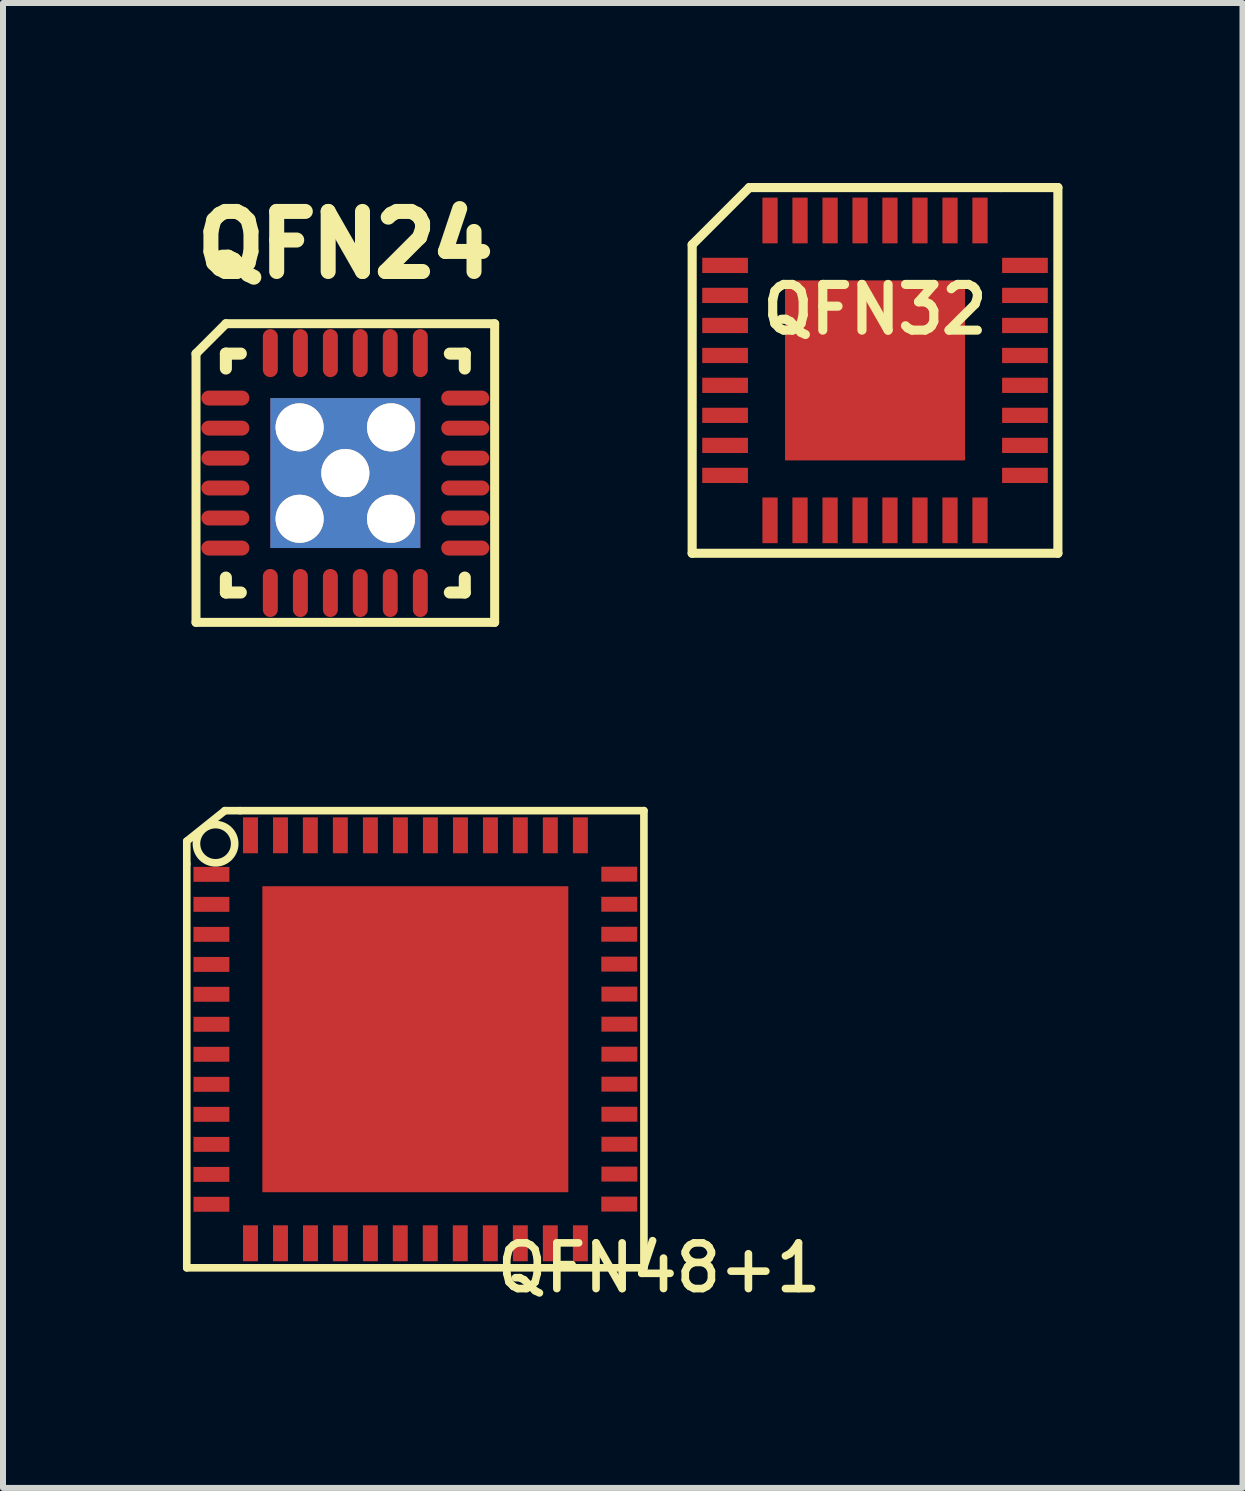
<source format=kicad_pcb>
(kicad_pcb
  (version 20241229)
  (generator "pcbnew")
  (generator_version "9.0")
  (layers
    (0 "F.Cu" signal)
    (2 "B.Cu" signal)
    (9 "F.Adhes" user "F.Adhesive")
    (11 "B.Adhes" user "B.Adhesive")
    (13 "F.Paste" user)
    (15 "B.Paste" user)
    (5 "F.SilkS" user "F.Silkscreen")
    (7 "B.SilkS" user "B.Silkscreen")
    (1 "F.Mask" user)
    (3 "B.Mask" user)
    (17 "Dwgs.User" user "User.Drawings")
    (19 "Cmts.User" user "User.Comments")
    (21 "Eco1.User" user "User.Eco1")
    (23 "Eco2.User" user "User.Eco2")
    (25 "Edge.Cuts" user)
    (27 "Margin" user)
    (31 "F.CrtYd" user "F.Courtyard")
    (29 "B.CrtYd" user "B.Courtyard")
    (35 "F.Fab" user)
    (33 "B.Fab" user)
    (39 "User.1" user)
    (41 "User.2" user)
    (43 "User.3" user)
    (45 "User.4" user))
  (footprint "QFN32"
    (layer "F.Cu")
    (at 11.535 3.124)
    (property "Reference" "QFN32" (at 0 -1.016 0) (layer "F.SilkS") (effects (font (size 0.762 0.762) (thickness 0.152))))
    (attr smd)
    (fp_line (start -3.048 -2.095) (end -2.095 -3.048) (stroke (width 0.152) (type solid)) (layer "F.SilkS"))
    (fp_line (start -3.048 3.048) (end -3.048 -2.095) (stroke (width 0.152) (type solid)) (layer "F.SilkS"))
    (fp_line (start -2.095 -3.048) (end 2.095 -3.048) (stroke (width 0.152) (type solid)) (layer "F.SilkS"))
    (fp_line (start 2.095 -3.048) (end 3.048 -3.048) (stroke (width 0.152) (type solid)) (layer "F.SilkS"))
    (fp_line (start 3.048 -3.048) (end 3.048 3.048) (stroke (width 0.152) (type solid)) (layer "F.SilkS"))
    (fp_line (start 3.048 3.048) (end -3.048 3.048) (stroke (width 0.152) (type solid)) (layer "F.SilkS"))
    (pad "1" smd rect (at -2.499 -1.75 90) (size 0.254 0.762) (layers "F.Cu" "F.Mask" "F.Paste"))
    (pad "2" smd rect (at -2.499 -1.25 90) (size 0.254 0.762) (layers "F.Cu" "F.Mask" "F.Paste"))
    (pad "3" smd rect (at -2.499 -0.749 90) (size 0.254 0.762) (layers "F.Cu" "F.Mask" "F.Paste"))
    (pad "4" smd rect (at -2.499 -0.249 90) (size 0.254 0.762) (layers "F.Cu" "F.Mask" "F.Paste"))
    (pad "5" smd rect (at -2.499 0.249 90) (size 0.254 0.762) (layers "F.Cu" "F.Mask" "F.Paste"))
    (pad "6" smd rect (at -2.499 0.749 90) (size 0.254 0.762) (layers "F.Cu" "F.Mask" "F.Paste"))
    (pad "7" smd rect (at -2.499 1.25 90) (size 0.254 0.762) (layers "F.Cu" "F.Mask" "F.Paste"))
    (pad "8" smd rect (at -2.499 1.75 90) (size 0.254 0.762) (layers "F.Cu" "F.Mask" "F.Paste"))
    (pad "9" smd rect (at -1.75 2.499) (size 0.254 0.762) (layers "F.Cu" "F.Mask" "F.Paste"))
    (pad "10" smd rect (at -1.25 2.499) (size 0.254 0.762) (layers "F.Cu" "F.Mask" "F.Paste"))
    (pad "11" smd rect (at -0.749 2.499) (size 0.254 0.762) (layers "F.Cu" "F.Mask" "F.Paste"))
    (pad "12" smd rect (at -0.249 2.499) (size 0.254 0.762) (layers "F.Cu" "F.Mask" "F.Paste"))
    (pad "13" smd rect (at 0.249 2.499) (size 0.254 0.762) (layers "F.Cu" "F.Mask" "F.Paste"))
    (pad "14" smd rect (at 0.749 2.499) (size 0.254 0.762) (layers "F.Cu" "F.Mask" "F.Paste"))
    (pad "15" smd rect (at 1.25 2.499) (size 0.254 0.762) (layers "F.Cu" "F.Mask" "F.Paste"))
    (pad "16" smd rect (at 1.75 2.499) (size 0.254 0.762) (layers "F.Cu" "F.Mask" "F.Paste"))
    (pad "17" smd rect (at 2.499 1.75 90) (size 0.254 0.762) (layers "F.Cu" "F.Mask" "F.Paste"))
    (pad "18" smd rect (at 2.499 1.25 90) (size 0.254 0.762) (layers "F.Cu" "F.Mask" "F.Paste"))
    (pad "19" smd rect (at 2.499 0.749 90) (size 0.254 0.762) (layers "F.Cu" "F.Mask" "F.Paste"))
    (pad "20" smd rect (at 2.499 0.249 90) (size 0.254 0.762) (layers "F.Cu" "F.Mask" "F.Paste"))
    (pad "21" smd rect (at 2.499 -0.249 90) (size 0.254 0.762) (layers "F.Cu" "F.Mask" "F.Paste"))
    (pad "22" smd rect (at 2.499 -0.749 90) (size 0.254 0.762) (layers "F.Cu" "F.Mask" "F.Paste"))
    (pad "23" smd rect (at 2.499 -1.25 90) (size 0.254 0.762) (layers "F.Cu" "F.Mask" "F.Paste"))
    (pad "24" smd rect (at 2.499 -1.75 90) (size 0.254 0.762) (layers "F.Cu" "F.Mask" "F.Paste"))
    (pad "25" smd rect (at 1.75 -2.499) (size 0.254 0.762) (layers "F.Cu" "F.Mask" "F.Paste"))
    (pad "26" smd rect (at 1.25 -2.499) (size 0.254 0.762) (layers "F.Cu" "F.Mask" "F.Paste"))
    (pad "27" smd rect (at 0.749 -2.499) (size 0.254 0.762) (layers "F.Cu" "F.Mask" "F.Paste"))
    (pad "28" smd rect (at 0.249 -2.499) (size 0.254 0.762) (layers "F.Cu" "F.Mask" "F.Paste"))
    (pad "29" smd rect (at -0.249 -2.499) (size 0.254 0.762) (layers "F.Cu" "F.Mask" "F.Paste"))
    (pad "30" smd rect (at -0.749 -2.499) (size 0.254 0.762) (layers "F.Cu" "F.Mask" "F.Paste"))
    (pad "31" smd rect (at -1.25 -2.499) (size 0.254 0.762) (layers "F.Cu" "F.Mask" "F.Paste"))
    (pad "32" smd rect (at -1.75 -2.499) (size 0.254 0.762) (layers "F.Cu" "F.Mask" "F.Paste"))
    (pad "33" smd rect (at 0 0) (size 3 3) (layers "F.Cu" "F.Mask" "F.Paste")))
  (footprint "QFN24"
    (layer "F.Cu")
    (at 2.706 4.835)
    (property "Reference" "QFN24" (at 0 -3.81 0) (layer "F.SilkS") (effects (font (size 1.001 1.001) (thickness 0.305))))
    (attr through_hole)
    (fp_line (start -2.489 -1.991) (end -2.489 2.489) (stroke (width 0.15) (type solid)) (layer "F.SilkS"))
    (fp_line (start -2.489 -1.991) (end -1.991 -2.489) (stroke (width 0.15) (type solid)) (layer "F.SilkS"))
    (fp_line (start -1.991 -2.489) (end 2.489 -2.489) (stroke (width 0.15) (type solid)) (layer "F.SilkS"))
    (fp_line (start -1.991 -1.991) (end -1.742 -1.991) (stroke (width 0.201) (type solid)) (layer "F.SilkS"))
    (fp_line (start -1.991 -1.742) (end -1.991 -1.991) (stroke (width 0.201) (type solid)) (layer "F.SilkS"))
    (fp_line (start -1.991 1.991) (end -1.991 1.742) (stroke (width 0.201) (type solid)) (layer "F.SilkS"))
    (fp_line (start -1.742 1.991) (end -1.991 1.991) (stroke (width 0.201) (type solid)) (layer "F.SilkS"))
    (fp_line (start 1.742 -1.991) (end 1.991 -1.991) (stroke (width 0.201) (type solid)) (layer "F.SilkS"))
    (fp_line (start 1.991 -1.991) (end 1.991 -1.742) (stroke (width 0.201) (type solid)) (layer "F.SilkS"))
    (fp_line (start 1.991 1.742) (end 1.991 1.991) (stroke (width 0.201) (type solid)) (layer "F.SilkS"))
    (fp_line (start 1.991 1.991) (end 1.742 1.991) (stroke (width 0.201) (type solid)) (layer "F.SilkS"))
    (fp_line (start 2.489 -2.489) (end 2.489 2.489) (stroke (width 0.15) (type solid)) (layer "F.SilkS"))
    (fp_line (start 2.489 2.489) (end -2.489 2.489) (stroke (width 0.15) (type solid)) (layer "F.SilkS"))
    (pad "" np_thru_hole circle (at -0.762 -0.762 270) (size 0.8 0.8) (drill 0.8) (layers "*.Cu" "*.SilkS" "*.Mask"))
    (pad "" np_thru_hole circle (at -0.762 0.762 270) (size 0.8 0.8) (drill 0.8) (layers "*.Cu" "*.SilkS" "*.Mask"))
    (pad "" np_thru_hole circle (at 0 0 270) (size 0.8 0.8) (drill 0.8) (layers "*.Cu" "*.SilkS" "*.Mask"))
    (pad "" smd rect (at 0 0 270) (size 2.499 2.499) (layers "*.Cu" "F.Mask" "F.Paste"))
    (pad "" np_thru_hole circle (at 0.762 -0.762 270) (size 0.8 0.8) (drill 0.8) (layers "*.Cu" "*.SilkS" "*.Mask"))
    (pad "" np_thru_hole circle (at 0.762 0.762 270) (size 0.8 0.8) (drill 0.8) (layers "*.Cu" "*.SilkS" "*.Mask"))
    (pad "1" smd oval (at -1.999 -1.25) (size 0.8 0.249) (layers "F.Cu" "F.Mask" "F.Paste"))
    (pad "2" smd oval (at -1.999 -0.749) (size 0.8 0.249) (layers "F.Cu" "F.Mask" "F.Paste"))
    (pad "3" smd oval (at -1.999 -0.249) (size 0.8 0.249) (layers "F.Cu" "F.Mask" "F.Paste"))
    (pad "4" smd oval (at -1.999 0.249) (size 0.8 0.249) (layers "F.Cu" "F.Mask" "F.Paste"))
    (pad "5" smd oval (at -1.999 0.749) (size 0.8 0.249) (layers "F.Cu" "F.Mask" "F.Paste"))
    (pad "6" smd oval (at -1.999 1.25) (size 0.8 0.249) (layers "F.Cu" "F.Mask" "F.Paste"))
    (pad "7" smd oval (at -1.25 1.999 90) (size 0.8 0.249) (layers "F.Cu" "F.Mask" "F.Paste"))
    (pad "8" smd oval (at -0.749 1.999 90) (size 0.8 0.249) (layers "F.Cu" "F.Mask" "F.Paste"))
    (pad "9" smd oval (at -0.249 1.999 90) (size 0.8 0.249) (layers "F.Cu" "F.Mask" "F.Paste"))
    (pad "10" smd oval (at 0.249 1.999 90) (size 0.8 0.249) (layers "F.Cu" "F.Mask" "F.Paste"))
    (pad "11" smd oval (at 0.749 1.999 90) (size 0.8 0.249) (layers "F.Cu" "F.Mask" "F.Paste"))
    (pad "12" smd oval (at 1.25 1.999 90) (size 0.8 0.249) (layers "F.Cu" "F.Mask" "F.Paste"))
    (pad "13" smd oval (at 1.999 1.25 180) (size 0.8 0.249) (layers "F.Cu" "F.Mask" "F.Paste"))
    (pad "14" smd oval (at 1.999 0.749 180) (size 0.8 0.249) (layers "F.Cu" "F.Mask" "F.Paste"))
    (pad "15" smd oval (at 1.999 0.249 180) (size 0.8 0.249) (layers "F.Cu" "F.Mask" "F.Paste"))
    (pad "16" smd oval (at 1.999 -0.249 180) (size 0.8 0.249) (layers "F.Cu" "F.Mask" "F.Paste"))
    (pad "17" smd oval (at 1.999 -0.749 180) (size 0.8 0.249) (layers "F.Cu" "F.Mask" "F.Paste"))
    (pad "18" smd oval (at 1.999 -1.25 180) (size 0.8 0.249) (layers "F.Cu" "F.Mask" "F.Paste"))
    (pad "19" smd oval (at 1.25 -1.999 270) (size 0.8 0.249) (layers "F.Cu" "F.Mask" "F.Paste"))
    (pad "20" smd oval (at 0.749 -1.999 270) (size 0.8 0.249) (layers "F.Cu" "F.Mask" "F.Paste"))
    (pad "21" smd oval (at 0.249 -1.999 270) (size 0.8 0.249) (layers "F.Cu" "F.Mask" "F.Paste"))
    (pad "22" smd oval (at -0.249 -1.999 270) (size 0.8 0.249) (layers "F.Cu" "F.Mask" "F.Paste"))
    (pad "23" smd oval (at -0.749 -1.999 270) (size 0.8 0.249) (layers "F.Cu" "F.Mask" "F.Paste"))
    (pad "24" smd oval (at -1.25 -1.999 270) (size 0.8 0.249) (layers "F.Cu" "F.Mask" "F.Paste")))
  (footprint "QFN48+1"
    (layer "F.Cu")
    (at 3.873 14.272)
    (property "Reference" "QFN48+1" (at 4.064 3.81 0) (layer "F.SilkS") (effects (font (size 0.762 0.762) (thickness 0.127))))
    (attr smd)
    (fp_line (start -3.81 -3.302) (end -3.81 -2.921) (stroke (width 0.127) (type solid)) (layer "F.SilkS"))
    (fp_line (start -3.81 3.81) (end -3.81 -2.921) (stroke (width 0.127) (type solid)) (layer "F.SilkS"))
    (fp_line (start -3.175 -3.81) (end -3.81 -3.302) (stroke (width 0.127) (type solid)) (layer "F.SilkS"))
    (fp_line (start -2.921 -3.81) (end -3.175 -3.81) (stroke (width 0.127) (type solid)) (layer "F.SilkS"))
    (fp_line (start -2.921 -3.81) (end 3.81 -3.81) (stroke (width 0.127) (type solid)) (layer "F.SilkS"))
    (fp_line (start 3.81 -3.81) (end 3.81 3.81) (stroke (width 0.127) (type solid)) (layer "F.SilkS"))
    (fp_line (start 3.81 3.81) (end -3.81 3.81) (stroke (width 0.127) (type solid)) (layer "F.SilkS"))
    (fp_circle (center -3.33 -3.259) (end -3.432 -3.561) (stroke (width 0.127) (type solid)) (fill no) (layer "F.SilkS"))
    (pad "1" smd rect (at -3.399 -2.748) (size 0.599 0.249) (layers "F.Cu" "F.Mask" "F.Paste"))
    (pad "2" smd rect (at -3.399 -2.248) (size 0.599 0.249) (layers "F.Cu" "F.Mask" "F.Paste"))
    (pad "3" smd rect (at -3.399 -1.748) (size 0.599 0.249) (layers "F.Cu" "F.Mask" "F.Paste"))
    (pad "4" smd rect (at -3.399 -1.247) (size 0.599 0.249) (layers "F.Cu" "F.Mask" "F.Paste"))
    (pad "5" smd rect (at -3.399 -0.749) (size 0.599 0.249) (layers "F.Cu" "F.Mask" "F.Paste"))
    (pad "6" smd rect (at -3.399 -0.249) (size 0.599 0.249) (layers "F.Cu" "F.Mask" "F.Paste"))
    (pad "7" smd rect (at -3.399 0.251) (size 0.599 0.249) (layers "F.Cu" "F.Mask" "F.Paste"))
    (pad "8" smd rect (at -3.399 0.752) (size 0.599 0.249) (layers "F.Cu" "F.Mask" "F.Paste"))
    (pad "9" smd rect (at -3.399 1.252) (size 0.599 0.249) (layers "F.Cu" "F.Mask" "F.Paste"))
    (pad "10" smd rect (at -3.399 1.753) (size 0.599 0.249) (layers "F.Cu" "F.Mask" "F.Paste"))
    (pad "11" smd rect (at -3.399 2.253) (size 0.599 0.249) (layers "F.Cu" "F.Mask" "F.Paste"))
    (pad "12" smd rect (at -3.399 2.751) (size 0.599 0.249) (layers "F.Cu" "F.Mask" "F.Paste"))
    (pad "13" smd rect (at -2.748 3.401) (size 0.249 0.599) (layers "F.Cu" "F.Mask" "F.Paste"))
    (pad "14" smd rect (at -2.248 3.401) (size 0.249 0.599) (layers "F.Cu" "F.Mask" "F.Paste"))
    (pad "15" smd rect (at -1.748 3.401) (size 0.249 0.599) (layers "F.Cu" "F.Mask" "F.Paste"))
    (pad "16" smd rect (at -1.25 3.401) (size 0.249 0.599) (layers "F.Cu" "F.Mask" "F.Paste"))
    (pad "17" smd rect (at -0.749 3.401) (size 0.249 0.599) (layers "F.Cu" "F.Mask" "F.Paste"))
    (pad "18" smd rect (at -0.251 3.401) (size 0.249 0.599) (layers "F.Cu" "F.Mask" "F.Paste"))
    (pad "19" smd rect (at 0.249 3.401) (size 0.249 0.599) (layers "F.Cu" "F.Mask" "F.Paste"))
    (pad "20" smd rect (at 0.749 3.401) (size 0.249 0.599) (layers "F.Cu" "F.Mask" "F.Paste"))
    (pad "21" smd rect (at 1.25 3.401) (size 0.249 0.599) (layers "F.Cu" "F.Mask" "F.Paste"))
    (pad "22" smd rect (at 1.75 3.401) (size 0.249 0.599) (layers "F.Cu" "F.Mask" "F.Paste"))
    (pad "23" smd rect (at 2.25 3.401) (size 0.249 0.599) (layers "F.Cu" "F.Mask" "F.Paste"))
    (pad "24" smd rect (at 2.751 3.401) (size 0.249 0.599) (layers "F.Cu" "F.Mask" "F.Paste"))
    (pad "25" smd rect (at 3.399 2.748) (size 0.599 0.249) (layers "F.Cu" "F.Mask" "F.Paste"))
    (pad "26" smd rect (at 3.401 2.248) (size 0.599 0.249) (layers "F.Cu" "F.Mask" "F.Paste"))
    (pad "27" smd rect (at 3.401 1.75) (size 0.599 0.249) (layers "F.Cu" "F.Mask" "F.Paste"))
    (pad "28" smd rect (at 3.401 1.25) (size 0.599 0.249) (layers "F.Cu" "F.Mask" "F.Paste"))
    (pad "29" smd rect (at 3.401 0.749) (size 0.599 0.249) (layers "F.Cu" "F.Mask" "F.Paste"))
    (pad "30" smd rect (at 3.401 0.249) (size 0.599 0.249) (layers "F.Cu" "F.Mask" "F.Paste"))
    (pad "31" smd rect (at 3.401 -0.251) (size 0.599 0.249) (layers "F.Cu" "F.Mask" "F.Paste"))
    (pad "32" smd rect (at 3.401 -0.752) (size 0.599 0.249) (layers "F.Cu" "F.Mask" "F.Paste"))
    (pad "33" smd rect (at 3.399 -1.252) (size 0.599 0.249) (layers "F.Cu" "F.Mask" "F.Paste"))
    (pad "34" smd rect (at 3.399 -1.75) (size 0.599 0.249) (layers "F.Cu" "F.Mask" "F.Paste"))
    (pad "35" smd rect (at 3.399 -2.25) (size 0.599 0.249) (layers "F.Cu" "F.Mask" "F.Paste"))
    (pad "36" smd rect (at 3.399 -2.751) (size 0.599 0.249) (layers "F.Cu" "F.Mask" "F.Paste"))
    (pad "37" smd rect (at 2.751 -3.399) (size 0.249 0.599) (layers "F.Cu" "F.Mask" "F.Paste"))
    (pad "38" smd rect (at 2.25 -3.399) (size 0.249 0.599) (layers "F.Cu" "F.Mask" "F.Paste"))
    (pad "39" smd rect (at 1.75 -3.399) (size 0.249 0.599) (layers "F.Cu" "F.Mask" "F.Paste"))
    (pad "40" smd rect (at 1.252 -3.399) (size 0.249 0.599) (layers "F.Cu" "F.Mask" "F.Paste"))
    (pad "41" smd rect (at 0.752 -3.399) (size 0.249 0.599) (layers "F.Cu" "F.Mask" "F.Paste"))
    (pad "42" smd rect (at 0.251 -3.399) (size 0.249 0.599) (layers "F.Cu" "F.Mask" "F.Paste"))
    (pad "43" smd rect (at -0.249 -3.399) (size 0.249 0.599) (layers "F.Cu" "F.Mask" "F.Paste"))
    (pad "44" smd rect (at -0.749 -3.399) (size 0.249 0.599) (layers "F.Cu" "F.Mask" "F.Paste"))
    (pad "45" smd rect (at -1.25 -3.399) (size 0.249 0.599) (layers "F.Cu" "F.Mask" "F.Paste"))
    (pad "46" smd rect (at -1.75 -3.399) (size 0.249 0.599) (layers "F.Cu" "F.Mask" "F.Paste"))
    (pad "47" smd rect (at -2.248 -3.399) (size 0.249 0.599) (layers "F.Cu" "F.Mask" "F.Paste"))
    (pad "48" smd rect (at -2.748 -3.399) (size 0.249 0.599) (layers "F.Cu" "F.Mask" "F.Paste"))
    (pad "49" smd rect (at 0 0) (size 5.1 5.1) (layers "F.Cu" "F.Mask" "F.Paste")))
  (gr_rect
    (start -3 -3)
    (end 17.66 21.751)
    (stroke (width 0.1) (type default))
    (fill no)
    (layer "Edge.Cuts")))
</source>
